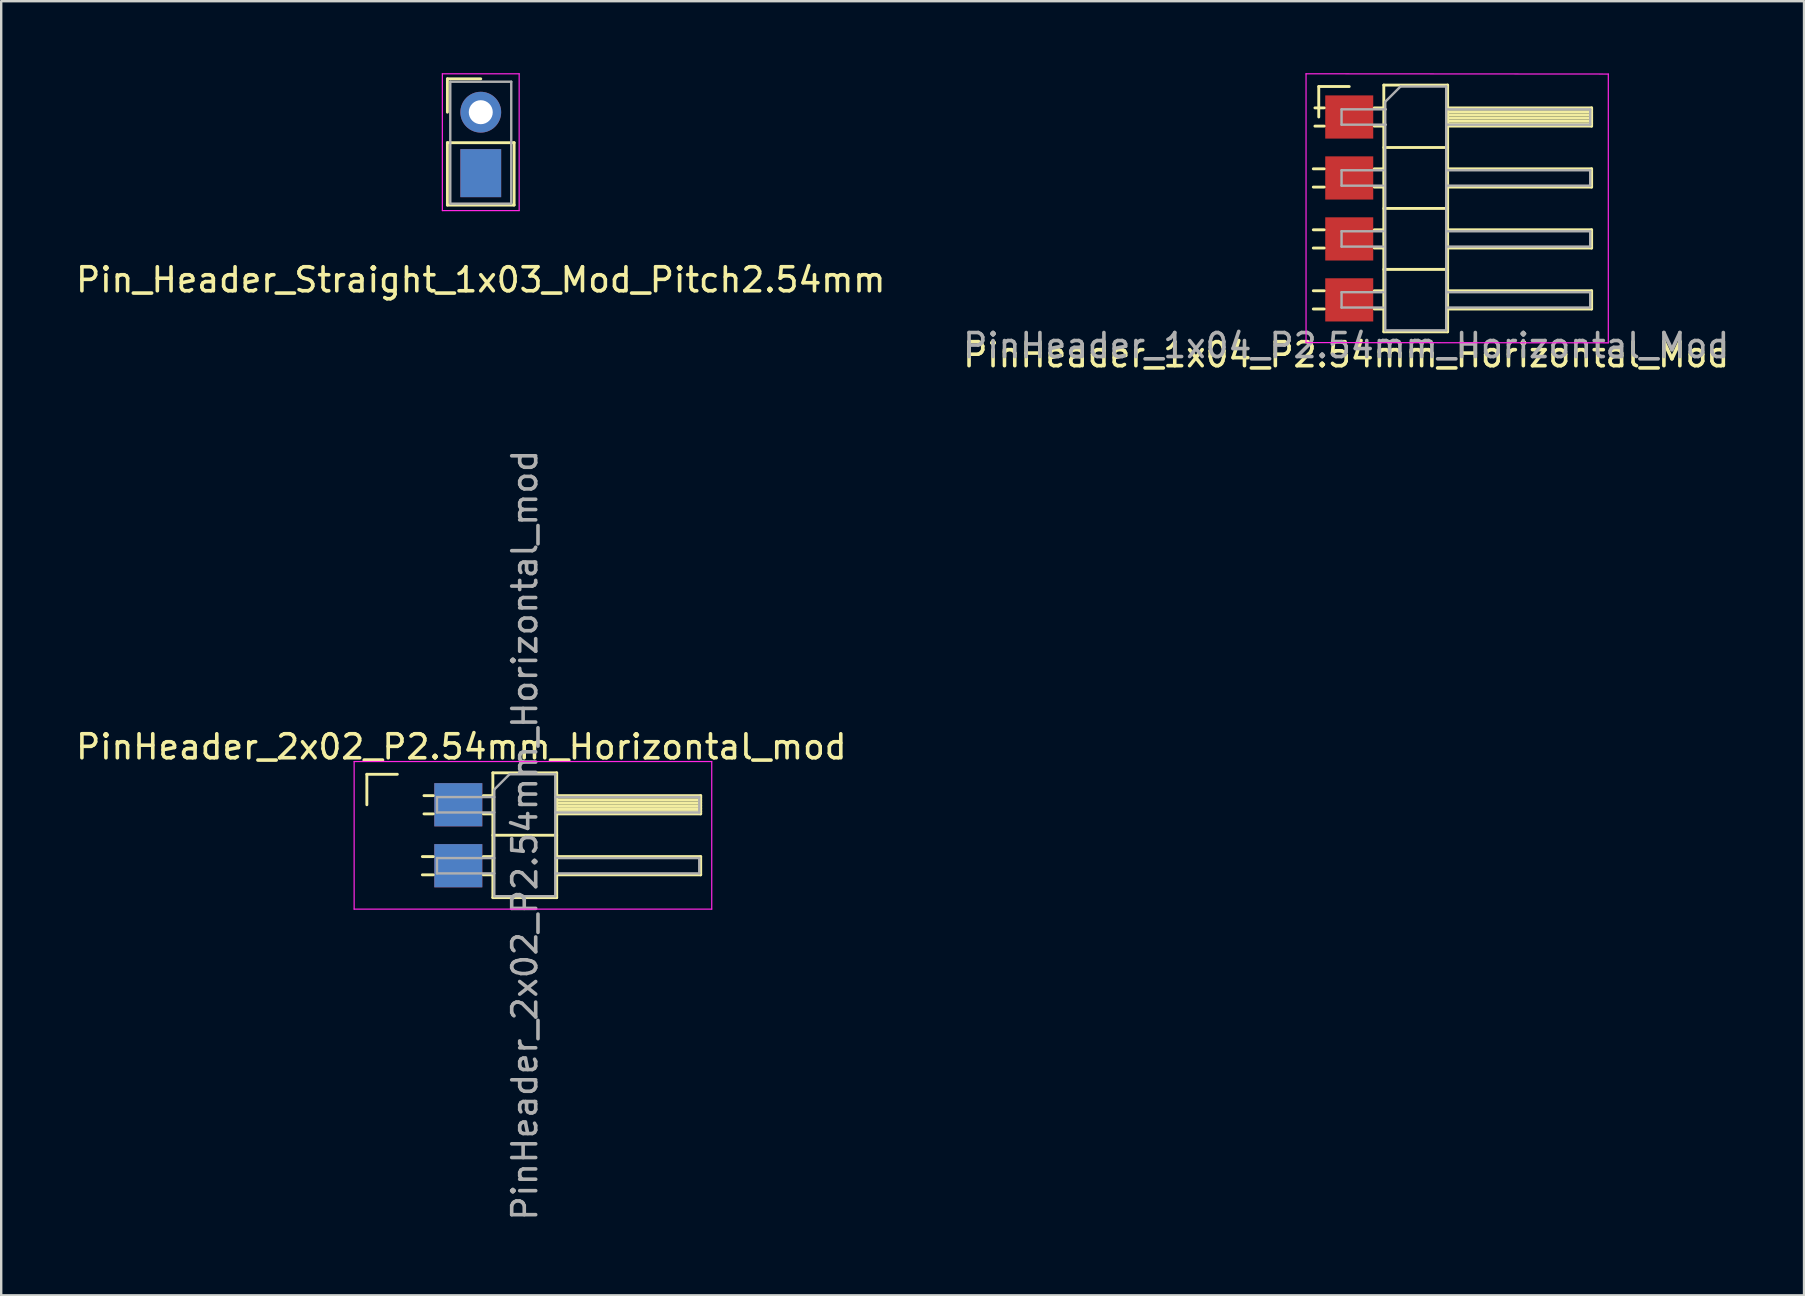
<source format=kicad_pcb>
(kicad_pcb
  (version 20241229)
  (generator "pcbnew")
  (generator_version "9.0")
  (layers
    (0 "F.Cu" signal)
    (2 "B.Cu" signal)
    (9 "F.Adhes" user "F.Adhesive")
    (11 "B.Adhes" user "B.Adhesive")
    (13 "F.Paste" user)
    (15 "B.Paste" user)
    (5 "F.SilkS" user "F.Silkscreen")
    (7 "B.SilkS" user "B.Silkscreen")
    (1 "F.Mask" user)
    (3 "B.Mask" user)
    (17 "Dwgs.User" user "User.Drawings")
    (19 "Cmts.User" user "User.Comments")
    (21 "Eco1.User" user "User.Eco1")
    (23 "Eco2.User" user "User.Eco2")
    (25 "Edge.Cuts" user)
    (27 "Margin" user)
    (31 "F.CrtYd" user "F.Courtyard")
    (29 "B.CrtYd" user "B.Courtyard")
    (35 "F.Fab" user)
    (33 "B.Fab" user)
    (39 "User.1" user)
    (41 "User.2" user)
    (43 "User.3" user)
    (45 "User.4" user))
  (footprint "PinHeader_1x04_P2.54mm_Horizontal_Mod"
    (layer "F.Cu")
    (at 53.169 1.825)
    (property "Reference" "PinHeader_1x04_P2.54mm_Horizontal_Mod" (at -0.127 9.906 0) (layer "F.SilkS") (effects (font (size 1 1) (thickness 0.15))))
    (attr through_hole)
    (fp_line (start -1.497 2.16) (end -1.043 2.16) (stroke (width 0.12) (type solid)) (layer "F.SilkS"))
    (fp_line (start -1.497 2.92) (end -1.043 2.92) (stroke (width 0.12) (type solid)) (layer "F.SilkS"))
    (fp_line (start -1.497 4.7) (end -1.043 4.7) (stroke (width 0.12) (type solid)) (layer "F.SilkS"))
    (fp_line (start -1.497 5.46) (end -1.043 5.46) (stroke (width 0.12) (type solid)) (layer "F.SilkS"))
    (fp_line (start -1.497 7.24) (end -1.043 7.24) (stroke (width 0.12) (type solid)) (layer "F.SilkS"))
    (fp_line (start -1.497 8) (end -1.043 8) (stroke (width 0.12) (type solid)) (layer "F.SilkS"))
    (fp_line (start -1.43 -0.38) (end -1.043 -0.38) (stroke (width 0.12) (type solid)) (layer "F.SilkS"))
    (fp_line (start -1.43 0.38) (end -1.043 0.38) (stroke (width 0.12) (type solid)) (layer "F.SilkS"))
    (fp_line (start -1.27 -1.27) (end 0 -1.27) (stroke (width 0.12) (type solid)) (layer "F.SilkS"))
    (fp_line (start -1.27 0) (end -1.27 -1.27) (stroke (width 0.12) (type solid)) (layer "F.SilkS"))
    (fp_line (start 1.043 -0.38) (end 1.44 -0.38) (stroke (width 0.12) (type solid)) (layer "F.SilkS"))
    (fp_line (start 1.043 0.38) (end 1.44 0.38) (stroke (width 0.12) (type solid)) (layer "F.SilkS"))
    (fp_line (start 1.043 2.16) (end 1.44 2.16) (stroke (width 0.12) (type solid)) (layer "F.SilkS"))
    (fp_line (start 1.043 2.92) (end 1.44 2.92) (stroke (width 0.12) (type solid)) (layer "F.SilkS"))
    (fp_line (start 1.043 4.7) (end 1.44 4.7) (stroke (width 0.12) (type solid)) (layer "F.SilkS"))
    (fp_line (start 1.043 5.46) (end 1.44 5.46) (stroke (width 0.12) (type solid)) (layer "F.SilkS"))
    (fp_line (start 1.043 7.24) (end 1.44 7.24) (stroke (width 0.12) (type solid)) (layer "F.SilkS"))
    (fp_line (start 1.043 8) (end 1.44 8) (stroke (width 0.12) (type solid)) (layer "F.SilkS"))
    (fp_line (start 1.44 -1.33) (end 1.44 8.95) (stroke (width 0.12) (type solid)) (layer "F.SilkS"))
    (fp_line (start 1.44 1.27) (end 4.1 1.27) (stroke (width 0.12) (type solid)) (layer "F.SilkS"))
    (fp_line (start 1.44 3.81) (end 4.1 3.81) (stroke (width 0.12) (type solid)) (layer "F.SilkS"))
    (fp_line (start 1.44 6.35) (end 4.1 6.35) (stroke (width 0.12) (type solid)) (layer "F.SilkS"))
    (fp_line (start 1.44 8.95) (end 4.1 8.95) (stroke (width 0.12) (type solid)) (layer "F.SilkS"))
    (fp_line (start 4.1 -1.33) (end 1.44 -1.33) (stroke (width 0.12) (type solid)) (layer "F.SilkS"))
    (fp_line (start 4.1 -0.38) (end 10.1 -0.38) (stroke (width 0.12) (type solid)) (layer "F.SilkS"))
    (fp_line (start 4.1 -0.32) (end 10.1 -0.32) (stroke (width 0.12) (type solid)) (layer "F.SilkS"))
    (fp_line (start 4.1 -0.2) (end 10.1 -0.2) (stroke (width 0.12) (type solid)) (layer "F.SilkS"))
    (fp_line (start 4.1 -0.08) (end 10.1 -0.08) (stroke (width 0.12) (type solid)) (layer "F.SilkS"))
    (fp_line (start 4.1 0.04) (end 10.1 0.04) (stroke (width 0.12) (type solid)) (layer "F.SilkS"))
    (fp_line (start 4.1 0.16) (end 10.1 0.16) (stroke (width 0.12) (type solid)) (layer "F.SilkS"))
    (fp_line (start 4.1 0.28) (end 10.1 0.28) (stroke (width 0.12) (type solid)) (layer "F.SilkS"))
    (fp_line (start 4.1 2.16) (end 10.1 2.16) (stroke (width 0.12) (type solid)) (layer "F.SilkS"))
    (fp_line (start 4.1 4.7) (end 10.1 4.7) (stroke (width 0.12) (type solid)) (layer "F.SilkS"))
    (fp_line (start 4.1 7.24) (end 10.1 7.24) (stroke (width 0.12) (type solid)) (layer "F.SilkS"))
    (fp_line (start 4.1 8.95) (end 4.1 -1.33) (stroke (width 0.12) (type solid)) (layer "F.SilkS"))
    (fp_line (start 10.1 -0.38) (end 10.1 0.38) (stroke (width 0.12) (type solid)) (layer "F.SilkS"))
    (fp_line (start 10.1 0.38) (end 4.1 0.38) (stroke (width 0.12) (type solid)) (layer "F.SilkS"))
    (fp_line (start 10.1 2.16) (end 10.1 2.92) (stroke (width 0.12) (type solid)) (layer "F.SilkS"))
    (fp_line (start 10.1 2.92) (end 4.1 2.92) (stroke (width 0.12) (type solid)) (layer "F.SilkS"))
    (fp_line (start 10.1 4.7) (end 10.1 5.46) (stroke (width 0.12) (type solid)) (layer "F.SilkS"))
    (fp_line (start 10.1 5.46) (end 4.1 5.46) (stroke (width 0.12) (type solid)) (layer "F.SilkS"))
    (fp_line (start 10.1 7.24) (end 10.1 8) (stroke (width 0.12) (type solid)) (layer "F.SilkS"))
    (fp_line (start 10.1 8) (end 4.1 8) (stroke (width 0.12) (type solid)) (layer "F.SilkS"))
    (fp_line (start -1.8 -1.8) (end -1.8 9.4) (stroke (width 0.05) (type solid)) (layer "F.CrtYd"))
    (fp_line (start -1.8 9.4) (end 10.795 9.41) (stroke (width 0.05) (type solid)) (layer "F.CrtYd"))
    (fp_line (start 10.795 -1.79) (end -1.8 -1.8) (stroke (width 0.05) (type solid)) (layer "F.CrtYd"))
    (fp_line (start 10.795 9.41) (end 10.795 -1.79) (stroke (width 0.05) (type solid)) (layer "F.CrtYd"))
    (fp_line (start -0.32 -0.32) (end -0.32 0.32) (stroke (width 0.1) (type solid)) (layer "F.Fab"))
    (fp_line (start -0.32 -0.32) (end 1.524 -0.32) (stroke (width 0.1) (type solid)) (layer "F.Fab"))
    (fp_line (start -0.32 0.32) (end 1.524 0.32) (stroke (width 0.1) (type solid)) (layer "F.Fab"))
    (fp_line (start -0.32 2.22) (end -0.32 2.86) (stroke (width 0.1) (type solid)) (layer "F.Fab"))
    (fp_line (start -0.32 2.22) (end 1.397 2.22) (stroke (width 0.1) (type solid)) (layer "F.Fab"))
    (fp_line (start -0.32 2.86) (end 1.397 2.86) (stroke (width 0.1) (type solid)) (layer "F.Fab"))
    (fp_line (start -0.32 4.76) (end -0.32 5.4) (stroke (width 0.1) (type solid)) (layer "F.Fab"))
    (fp_line (start -0.32 4.76) (end 1.397 4.76) (stroke (width 0.1) (type solid)) (layer "F.Fab"))
    (fp_line (start -0.32 5.4) (end 1.397 5.4) (stroke (width 0.1) (type solid)) (layer "F.Fab"))
    (fp_line (start -0.32 7.3) (end -0.32 7.94) (stroke (width 0.1) (type solid)) (layer "F.Fab"))
    (fp_line (start -0.32 7.3) (end 1.397 7.3) (stroke (width 0.1) (type solid)) (layer "F.Fab"))
    (fp_line (start -0.32 7.94) (end 1.397 7.94) (stroke (width 0.1) (type solid)) (layer "F.Fab"))
    (fp_line (start 1.5 -0.635) (end 2.135 -1.27) (stroke (width 0.1) (type solid)) (layer "F.Fab"))
    (fp_line (start 1.5 8.89) (end 1.5 -0.635) (stroke (width 0.1) (type solid)) (layer "F.Fab"))
    (fp_line (start 2.135 -1.27) (end 4.04 -1.27) (stroke (width 0.1) (type solid)) (layer "F.Fab"))
    (fp_line (start 4.04 -1.27) (end 4.04 8.89) (stroke (width 0.1) (type solid)) (layer "F.Fab"))
    (fp_line (start 4.04 -0.32) (end 10.04 -0.32) (stroke (width 0.1) (type solid)) (layer "F.Fab"))
    (fp_line (start 4.04 0.32) (end 10.04 0.32) (stroke (width 0.1) (type solid)) (layer "F.Fab"))
    (fp_line (start 4.04 2.22) (end 10.04 2.22) (stroke (width 0.1) (type solid)) (layer "F.Fab"))
    (fp_line (start 4.04 2.86) (end 10.04 2.86) (stroke (width 0.1) (type solid)) (layer "F.Fab"))
    (fp_line (start 4.04 4.76) (end 10.04 4.76) (stroke (width 0.1) (type solid)) (layer "F.Fab"))
    (fp_line (start 4.04 5.4) (end 10.04 5.4) (stroke (width 0.1) (type solid)) (layer "F.Fab"))
    (fp_line (start 4.04 7.3) (end 10.04 7.3) (stroke (width 0.1) (type solid)) (layer "F.Fab"))
    (fp_line (start 4.04 7.94) (end 10.04 7.94) (stroke (width 0.1) (type solid)) (layer "F.Fab"))
    (fp_line (start 4.04 8.89) (end 1.5 8.89) (stroke (width 0.1) (type solid)) (layer "F.Fab"))
    (fp_line (start 10.04 -0.32) (end 10.04 0.32) (stroke (width 0.1) (type solid)) (layer "F.Fab"))
    (fp_line (start 10.04 2.22) (end 10.04 2.86) (stroke (width 0.1) (type solid)) (layer "F.Fab"))
    (fp_line (start 10.04 4.76) (end 10.04 5.4) (stroke (width 0.1) (type solid)) (layer "F.Fab"))
    (fp_line (start 10.04 7.3) (end 10.04 7.94) (stroke (width 0.1) (type solid)) (layer "F.Fab"))
    (fp_text user "${REFERENCE}" (at -0.127 9.525 0) (layer "F.Fab") (effects (font (size 1 1) (thickness 0.15))))
    (pad "1" smd rect (at 0 0) (size 2 1.8) (layers "F.Cu" "F.Mask" "F.Paste"))
    (pad "2" smd rect (at 0 2.54) (size 2 1.8) (layers "F.Cu" "F.Mask" "F.Paste"))
    (pad "3" smd rect (at 0 5.08) (size 2 1.8) (layers "F.Cu" "F.Mask" "F.Paste"))
    (pad "4" smd rect (at 0 7.62) (size 2 1.8) (layers "F.Cu" "F.Mask" "F.Paste")))
  (footprint "PinHeader_2x02_P2.54mm_Horizontal_mod"
    (layer "F.Cu")
    (at 13.506 30.482)
    (property "Reference" "PinHeader_2x02_P2.54mm_Horizontal_mod" (at 2.667 -2.413 180) (layer "F.SilkS") (effects (font (size 1 1) (thickness 0.15))))
    (attr through_hole)
    (fp_line (start -1.27 -1.27) (end 0 -1.27) (stroke (width 0.12) (type solid)) (layer "F.SilkS"))
    (fp_line (start -1.27 0) (end -1.27 -1.27) (stroke (width 0.12) (type solid)) (layer "F.SilkS"))
    (fp_line (start 1.043 2.16) (end 1.497 2.16) (stroke (width 0.12) (type solid)) (layer "F.SilkS"))
    (fp_line (start 1.043 2.92) (end 1.497 2.92) (stroke (width 0.12) (type solid)) (layer "F.SilkS"))
    (fp_line (start 1.11 -0.38) (end 1.497 -0.38) (stroke (width 0.12) (type solid)) (layer "F.SilkS"))
    (fp_line (start 1.11 0.38) (end 1.497 0.38) (stroke (width 0.12) (type solid)) (layer "F.SilkS"))
    (fp_line (start 3.583 -0.38) (end 3.98 -0.38) (stroke (width 0.12) (type solid)) (layer "F.SilkS"))
    (fp_line (start 3.583 0.38) (end 3.98 0.38) (stroke (width 0.12) (type solid)) (layer "F.SilkS"))
    (fp_line (start 3.583 2.16) (end 3.98 2.16) (stroke (width 0.12) (type solid)) (layer "F.SilkS"))
    (fp_line (start 3.583 2.92) (end 3.98 2.92) (stroke (width 0.12) (type solid)) (layer "F.SilkS"))
    (fp_line (start 3.98 -1.33) (end 3.98 3.87) (stroke (width 0.12) (type solid)) (layer "F.SilkS"))
    (fp_line (start 3.98 1.27) (end 6.64 1.27) (stroke (width 0.12) (type solid)) (layer "F.SilkS"))
    (fp_line (start 3.98 3.87) (end 6.64 3.87) (stroke (width 0.12) (type solid)) (layer "F.SilkS"))
    (fp_line (start 6.64 -1.33) (end 3.98 -1.33) (stroke (width 0.12) (type solid)) (layer "F.SilkS"))
    (fp_line (start 6.64 -0.38) (end 12.64 -0.38) (stroke (width 0.12) (type solid)) (layer "F.SilkS"))
    (fp_line (start 6.64 -0.32) (end 12.64 -0.32) (stroke (width 0.12) (type solid)) (layer "F.SilkS"))
    (fp_line (start 6.64 -0.2) (end 12.64 -0.2) (stroke (width 0.12) (type solid)) (layer "F.SilkS"))
    (fp_line (start 6.64 -0.08) (end 12.64 -0.08) (stroke (width 0.12) (type solid)) (layer "F.SilkS"))
    (fp_line (start 6.64 0.04) (end 12.64 0.04) (stroke (width 0.12) (type solid)) (layer "F.SilkS"))
    (fp_line (start 6.64 0.16) (end 12.64 0.16) (stroke (width 0.12) (type solid)) (layer "F.SilkS"))
    (fp_line (start 6.64 0.28) (end 12.64 0.28) (stroke (width 0.12) (type solid)) (layer "F.SilkS"))
    (fp_line (start 6.64 2.16) (end 12.64 2.16) (stroke (width 0.12) (type solid)) (layer "F.SilkS"))
    (fp_line (start 6.64 3.87) (end 6.64 -1.33) (stroke (width 0.12) (type solid)) (layer "F.SilkS"))
    (fp_line (start 12.64 -0.38) (end 12.64 0.38) (stroke (width 0.12) (type solid)) (layer "F.SilkS"))
    (fp_line (start 12.64 0.38) (end 6.64 0.38) (stroke (width 0.12) (type solid)) (layer "F.SilkS"))
    (fp_line (start 12.64 2.16) (end 12.64 2.92) (stroke (width 0.12) (type solid)) (layer "F.SilkS"))
    (fp_line (start 12.64 2.92) (end 6.64 2.92) (stroke (width 0.12) (type solid)) (layer "F.SilkS"))
    (fp_line (start -1.8 -1.8) (end -1.8 4.35) (stroke (width 0.05) (type solid)) (layer "F.CrtYd"))
    (fp_line (start -1.8 4.35) (end 13.1 4.35) (stroke (width 0.05) (type solid)) (layer "F.CrtYd"))
    (fp_line (start 13.1 -1.8) (end -1.8 -1.8) (stroke (width 0.05) (type solid)) (layer "F.CrtYd"))
    (fp_line (start 13.1 4.35) (end 13.1 -1.8) (stroke (width 0.05) (type solid)) (layer "F.CrtYd"))
    (fp_line (start 1.651 -0.32) (end 1.651 0.32) (stroke (width 0.1) (type solid)) (layer "F.Fab"))
    (fp_line (start 1.651 -0.32) (end 4.04 -0.32) (stroke (width 0.1) (type solid)) (layer "F.Fab"))
    (fp_line (start 1.651 0.32) (end 4.04 0.32) (stroke (width 0.1) (type solid)) (layer "F.Fab"))
    (fp_line (start 1.651 2.22) (end 1.651 2.86) (stroke (width 0.1) (type solid)) (layer "F.Fab"))
    (fp_line (start 1.651 2.22) (end 4.04 2.22) (stroke (width 0.1) (type solid)) (layer "F.Fab"))
    (fp_line (start 1.651 2.86) (end 4.04 2.86) (stroke (width 0.1) (type solid)) (layer "F.Fab"))
    (fp_line (start 4.04 -0.635) (end 4.675 -1.27) (stroke (width 0.1) (type solid)) (layer "F.Fab"))
    (fp_line (start 4.04 3.81) (end 4.04 -0.635) (stroke (width 0.1) (type solid)) (layer "F.Fab"))
    (fp_line (start 4.675 -1.27) (end 6.58 -1.27) (stroke (width 0.1) (type solid)) (layer "F.Fab"))
    (fp_line (start 6.58 -1.27) (end 6.58 3.81) (stroke (width 0.1) (type solid)) (layer "F.Fab"))
    (fp_line (start 6.58 -0.32) (end 12.58 -0.32) (stroke (width 0.1) (type solid)) (layer "F.Fab"))
    (fp_line (start 6.58 0.32) (end 12.58 0.32) (stroke (width 0.1) (type solid)) (layer "F.Fab"))
    (fp_line (start 6.58 2.22) (end 12.58 2.22) (stroke (width 0.1) (type solid)) (layer "F.Fab"))
    (fp_line (start 6.58 2.86) (end 12.58 2.86) (stroke (width 0.1) (type solid)) (layer "F.Fab"))
    (fp_line (start 6.58 3.81) (end 4.04 3.81) (stroke (width 0.1) (type solid)) (layer "F.Fab"))
    (fp_line (start 12.58 -0.32) (end 12.58 0.32) (stroke (width 0.1) (type solid)) (layer "F.Fab"))
    (fp_line (start 12.58 2.22) (end 12.58 2.86) (stroke (width 0.1) (type solid)) (layer "F.Fab"))
    (fp_text user "${REFERENCE}" (at 5.31 1.27 270) (layer "F.Fab") (effects (font (size 1 1) (thickness 0.15))))
    (pad "1" smd rect (at 2.54 0) (size 2 1.8) (layers "B.Cu" "B.Mask" "B.Paste"))
    (pad "2" smd rect (at 2.54 0) (size 2 1.8) (layers "F.Cu" "F.Mask" "F.Paste"))
    (pad "3" smd rect (at 2.54 2.54) (size 2 1.8) (layers "B.Cu" "B.Mask" "B.Paste"))
    (pad "4" smd rect (at 2.54 2.54) (size 2 1.8) (layers "F.Cu" "F.Mask" "F.Paste")))
  (footprint "Pin_Header_Straight_1x03_Mod_Pitch2.54mm"
    (layer "F.Cu")
    (at 16.982 1.625)
    (property "Reference" "Pin_Header_Straight_1x03_Mod_Pitch2.54mm" (at 0 6.985 180) (layer "F.SilkS") (effects (font (size 1 1) (thickness 0.15))))
    (attr through_hole)
    (fp_line (start -1.39 -1.39) (end 0 -1.39) (stroke (width 0.12) (type solid)) (layer "F.SilkS"))
    (fp_line (start -1.39 0) (end -1.39 -1.39) (stroke (width 0.12) (type solid)) (layer "F.SilkS"))
    (fp_line (start -1.39 1.27) (end -1.39 3.87) (stroke (width 0.12) (type solid)) (layer "F.SilkS"))
    (fp_line (start -1.39 3.87) (end 1.39 3.87) (stroke (width 0.12) (type solid)) (layer "F.SilkS"))
    (fp_line (start 1.39 1.27) (end -1.39 1.27) (stroke (width 0.12) (type solid)) (layer "F.SilkS"))
    (fp_line (start 1.39 3.87) (end 1.39 1.27) (stroke (width 0.12) (type solid)) (layer "F.SilkS"))
    (fp_line (start -1.6 -1.6) (end -1.6 4.1) (stroke (width 0.05) (type solid)) (layer "F.CrtYd"))
    (fp_line (start -1.6 4.1) (end 1.6 4.1) (stroke (width 0.05) (type solid)) (layer "F.CrtYd"))
    (fp_line (start 1.6 -1.6) (end -1.6 -1.6) (stroke (width 0.05) (type solid)) (layer "F.CrtYd"))
    (fp_line (start 1.6 4.1) (end 1.6 -1.6) (stroke (width 0.05) (type solid)) (layer "F.CrtYd"))
    (fp_line (start -1.27 -1.27) (end -1.27 3.81) (stroke (width 0.1) (type solid)) (layer "F.Fab"))
    (fp_line (start -1.27 3.81) (end 1.27 3.81) (stroke (width 0.1) (type solid)) (layer "F.Fab"))
    (fp_line (start 1.27 -1.27) (end -1.27 -1.27) (stroke (width 0.1) (type solid)) (layer "F.Fab"))
    (fp_line (start 1.27 3.81) (end 1.27 -1.27) (stroke (width 0.1) (type solid)) (layer "F.Fab"))
    (pad "1" thru_hole circle (at 0 0) (size 1.7 1.7) (drill 1) (layers "*.Cu" "*.Mask"))
    (pad "2" smd rect (at 0 2.54) (size 1.7 2) (layers "F.Cu" "F.Mask" "F.Paste"))
    (pad "3" smd rect (at 0 2.54) (size 1.7 2) (layers "B.Cu" "B.Mask" "B.Paste")))
  (gr_rect
    (start -3 -3)
    (end 72.119 50.924)
    (stroke (width 0.1) (type default))
    (fill no)
    (layer "Edge.Cuts")))
</source>
